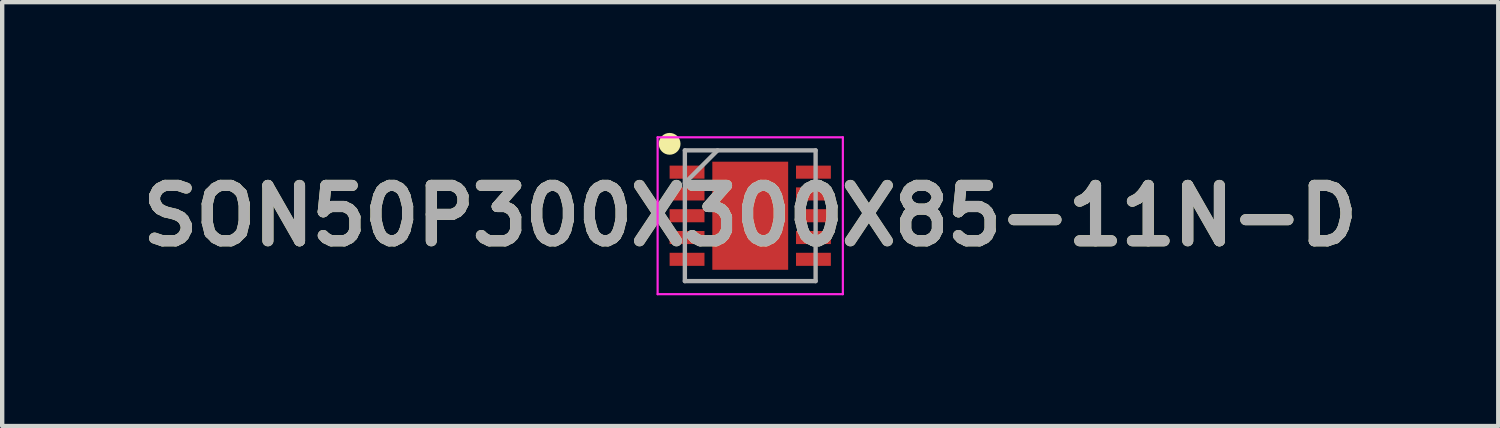
<source format=kicad_pcb>
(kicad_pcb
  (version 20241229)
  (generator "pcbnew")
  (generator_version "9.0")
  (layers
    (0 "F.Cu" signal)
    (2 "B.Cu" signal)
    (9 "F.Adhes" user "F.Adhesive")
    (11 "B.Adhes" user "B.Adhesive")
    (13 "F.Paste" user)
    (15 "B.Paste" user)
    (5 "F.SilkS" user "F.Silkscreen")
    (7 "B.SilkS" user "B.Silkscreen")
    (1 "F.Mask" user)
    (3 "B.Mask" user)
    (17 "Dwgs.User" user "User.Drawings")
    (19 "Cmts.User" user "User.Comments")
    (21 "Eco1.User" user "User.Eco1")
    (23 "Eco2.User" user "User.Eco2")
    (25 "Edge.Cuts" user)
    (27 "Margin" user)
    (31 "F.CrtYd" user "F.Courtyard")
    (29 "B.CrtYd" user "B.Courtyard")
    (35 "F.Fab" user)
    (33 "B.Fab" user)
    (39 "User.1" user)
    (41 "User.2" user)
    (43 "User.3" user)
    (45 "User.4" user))
  (footprint "SON50P300X300X85-11N-D"
    (layer "F.Cu")
    (at 14.164 1.9)
    (property "Reference" "SON50P300X300X85-11N-D" (at 0 0 0) (layer "F.SilkS") (effects (font (size 1.27 1.27) (thickness 0.254))))
    (attr smd)
    (fp_circle (center -1.85 -1.65) (end -1.85 -1.525) (stroke (width 0.25) (type solid)) (fill no) (layer "F.SilkS"))
    (fp_line (start -2.125 -1.8) (end 2.125 -1.8) (stroke (width 0.05) (type solid)) (layer "F.CrtYd"))
    (fp_line (start -2.125 1.8) (end -2.125 -1.8) (stroke (width 0.05) (type solid)) (layer "F.CrtYd"))
    (fp_line (start 2.125 -1.8) (end 2.125 1.8) (stroke (width 0.05) (type solid)) (layer "F.CrtYd"))
    (fp_line (start 2.125 1.8) (end -2.125 1.8) (stroke (width 0.05) (type solid)) (layer "F.CrtYd"))
    (fp_line (start -1.5 -1.5) (end 1.5 -1.5) (stroke (width 0.1) (type solid)) (layer "F.Fab"))
    (fp_line (start -1.5 -0.75) (end -0.75 -1.5) (stroke (width 0.1) (type solid)) (layer "F.Fab"))
    (fp_line (start -1.5 1.5) (end -1.5 -1.5) (stroke (width 0.1) (type solid)) (layer "F.Fab"))
    (fp_line (start 1.5 -1.5) (end 1.5 1.5) (stroke (width 0.1) (type solid)) (layer "F.Fab"))
    (fp_line (start 1.5 1.5) (end -1.5 1.5) (stroke (width 0.1) (type solid)) (layer "F.Fab"))
    (fp_text user "${REFERENCE}" (at 0 0 0) (layer "F.Fab") (effects (font (size 1.27 1.27) (thickness 0.254))))
    (pad "1" smd rect (at -1.45 -1 90) (size 0.3 0.8) (layers "F.Cu" "F.Mask" "F.Paste"))
    (pad "2" smd rect (at -1.45 -0.5 90) (size 0.3 0.8) (layers "F.Cu" "F.Mask" "F.Paste"))
    (pad "3" smd rect (at -1.45 0 90) (size 0.3 0.8) (layers "F.Cu" "F.Mask" "F.Paste"))
    (pad "4" smd rect (at -1.45 0.5 90) (size 0.3 0.8) (layers "F.Cu" "F.Mask" "F.Paste"))
    (pad "5" smd rect (at -1.45 1 90) (size 0.3 0.8) (layers "F.Cu" "F.Mask" "F.Paste"))
    (pad "6" smd rect (at 1.45 1 90) (size 0.3 0.8) (layers "F.Cu" "F.Mask" "F.Paste"))
    (pad "7" smd rect (at 1.45 0.5 90) (size 0.3 0.8) (layers "F.Cu" "F.Mask" "F.Paste"))
    (pad "8" smd rect (at 1.45 0 90) (size 0.3 0.8) (layers "F.Cu" "F.Mask" "F.Paste"))
    (pad "9" smd rect (at 1.45 -0.5 90) (size 0.3 0.8) (layers "F.Cu" "F.Mask" "F.Paste"))
    (pad "10" smd rect (at 1.45 -1 90) (size 0.3 0.8) (layers "F.Cu" "F.Mask" "F.Paste"))
    (pad "11" smd rect (at 0 0) (size 1.74 2.48) (layers "F.Cu" "F.Mask" "F.Paste")))
  (gr_rect
    (start -3 -3)
    (end 31.327 6.725)
    (stroke (width 0.1) (type default))
    (fill no)
    (layer "Edge.Cuts")))
</source>
